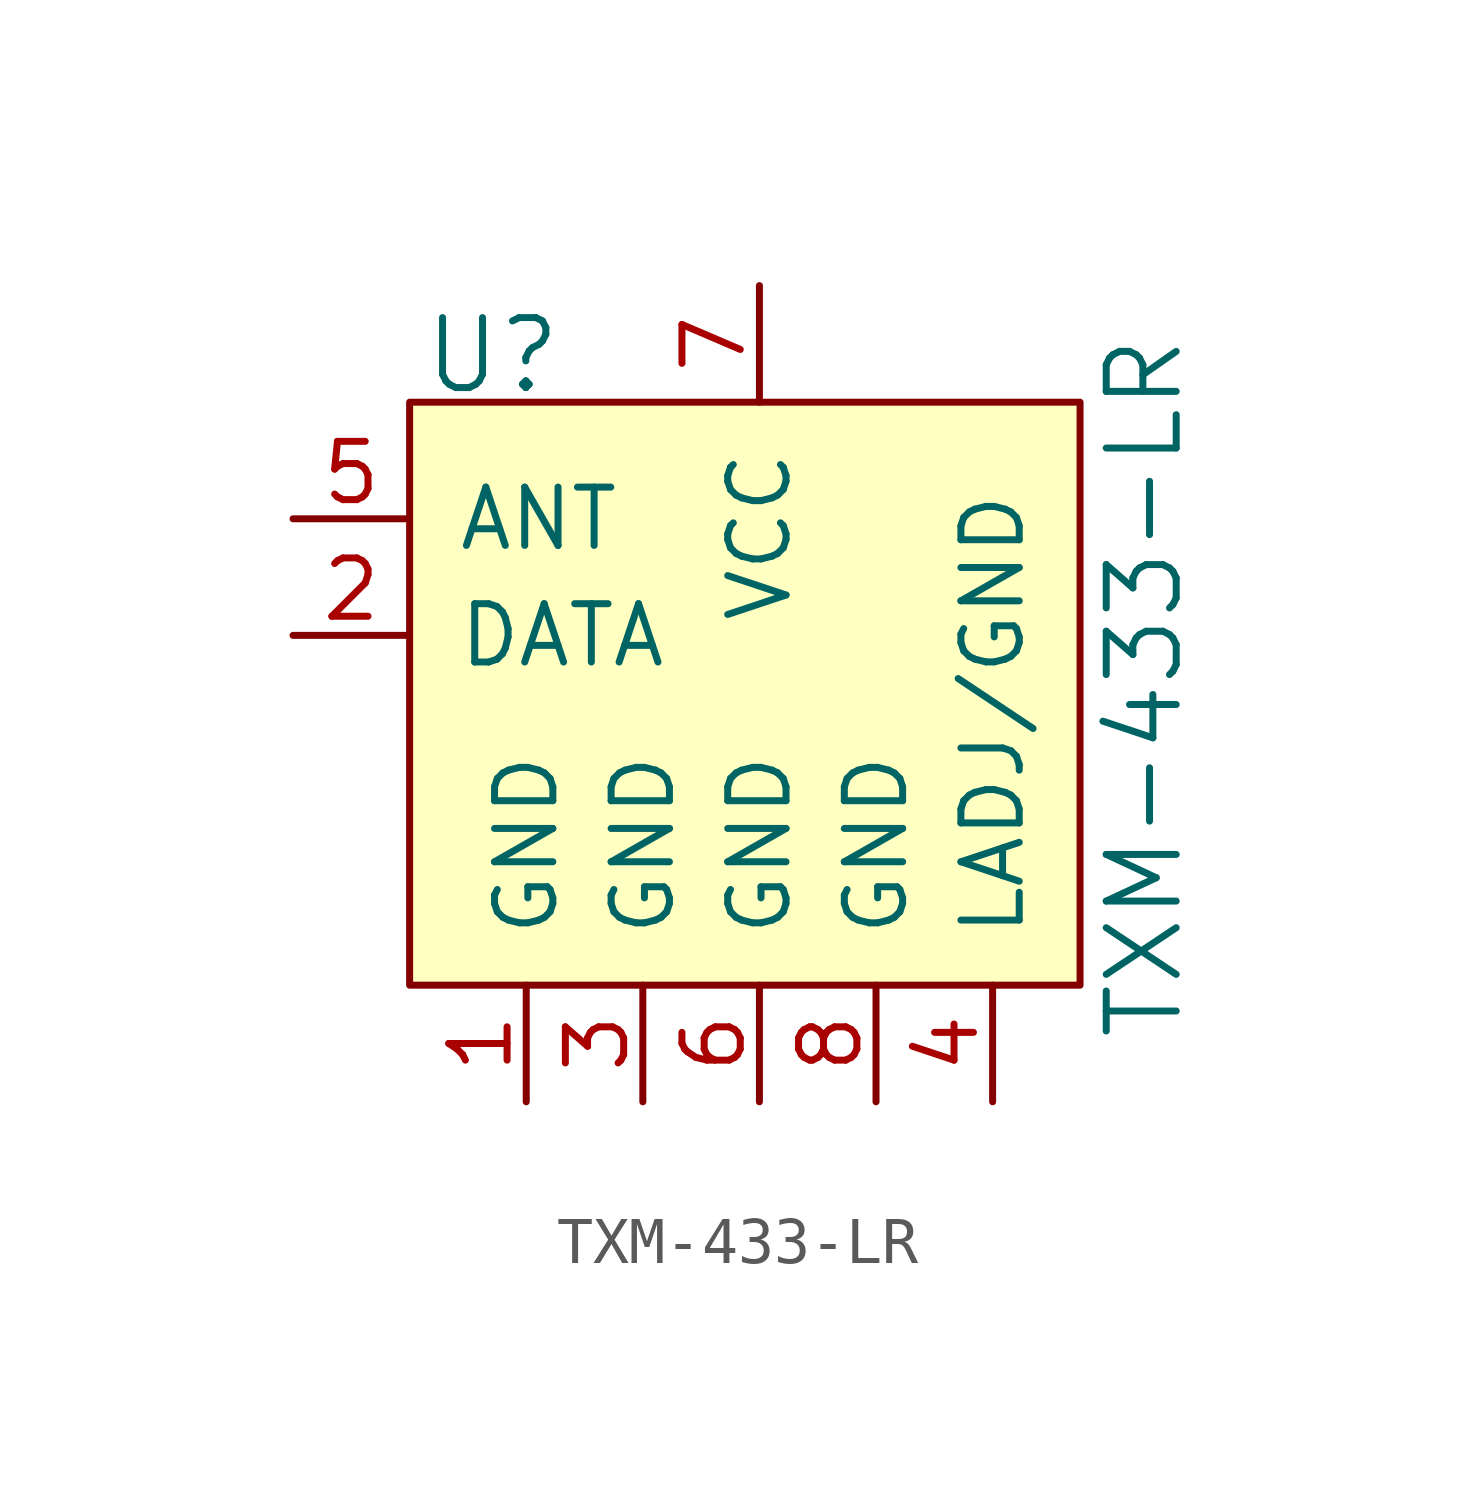
<source format=kicad_sym>
(kicad_symbol_lib
  (version 20211014)
  (generator kicad_symbol_editor)
  (symbol "TXM-433-LR"
    (pin_names
      (offset 1.016))
    (property "Reference" "U"
      (at -7.366 8.636 0)
      (effects (font (size 1.524 1.524)) (justify left)))
    (property "Value" "TXM-433-LR"
      (at 8.382 1.397 90)
      (effects (font (size 1.524 1.524))))
    (symbol "TXM-433-LR_0_1"
      (rectangle (start -7.62 7.62) (end 6.985 -5.08) (stroke (width 0) (type default) (color 0 0 0 0)) (fill (type background))))
    (symbol "TXM-433-LR_1_1"
      (pin power_in line (at -5.08 -7.62 90) (length 2.54) (name "GND" (effects (font (size 1.27 1.27)))) (number "1" (effects (font (size 1.27 1.27)))))
      (pin bidirectional line (at -10.16 2.54 0) (length 2.54) (name "DATA" (effects (font (size 1.27 1.27)))) (number "2" (effects (font (size 1.27 1.27)))))
      (pin power_in line (at -2.54 -7.62 90) (length 2.54) (name "GND" (effects (font (size 1.27 1.27)))) (number "3" (effects (font (size 1.27 1.27)))))
      (pin power_in line (at 5.08 -7.62 90) (length 2.54) (name "LADJ/GND" (effects (font (size 1.27 1.27)))) (number "4" (effects (font (size 1.27 1.27)))))
      (pin input line (at -10.16 5.08 0) (length 2.54) (name "ANT" (effects (font (size 1.27 1.27)))) (number "5" (effects (font (size 1.27 1.27)))))
      (pin power_in line (at 0 -7.62 90) (length 2.54) (name "GND" (effects (font (size 1.27 1.27)))) (number "6" (effects (font (size 1.27 1.27)))))
      (pin power_in line (at 0 10.16 270) (length 2.54) (name "VCC" (effects (font (size 1.27 1.27)))) (number "7" (effects (font (size 1.27 1.27)))))
      (pin power_in line (at 2.54 -7.62 90) (length 2.54) (name "GND" (effects (font (size 1.27 1.27)))) (number "8" (effects (font (size 1.27 1.27))))))))
</source>
